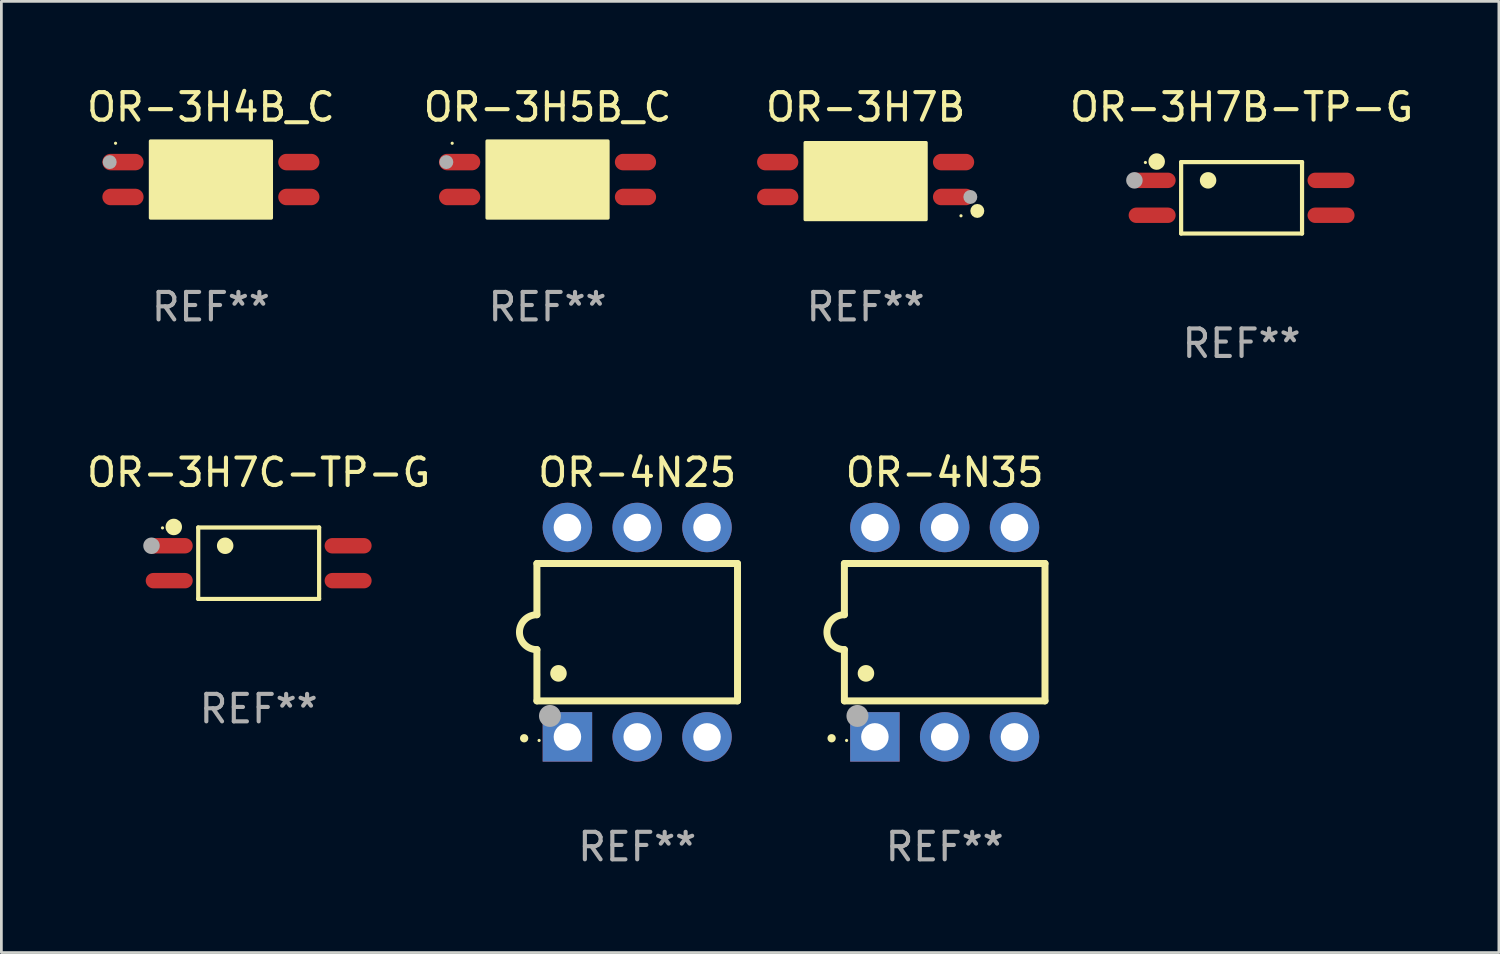
<source format=kicad_pcb>
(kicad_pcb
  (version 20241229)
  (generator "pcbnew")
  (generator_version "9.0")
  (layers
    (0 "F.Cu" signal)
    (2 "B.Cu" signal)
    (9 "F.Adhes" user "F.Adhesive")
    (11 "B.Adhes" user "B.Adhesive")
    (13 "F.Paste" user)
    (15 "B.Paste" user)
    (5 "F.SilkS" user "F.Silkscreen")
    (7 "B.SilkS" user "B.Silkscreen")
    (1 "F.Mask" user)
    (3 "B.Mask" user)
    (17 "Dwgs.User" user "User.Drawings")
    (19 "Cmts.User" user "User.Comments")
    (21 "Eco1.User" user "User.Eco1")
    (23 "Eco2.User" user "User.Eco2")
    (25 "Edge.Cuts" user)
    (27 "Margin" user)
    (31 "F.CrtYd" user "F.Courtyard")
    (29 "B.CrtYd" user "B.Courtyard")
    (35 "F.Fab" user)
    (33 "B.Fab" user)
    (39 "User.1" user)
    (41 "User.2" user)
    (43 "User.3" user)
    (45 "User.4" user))
  (footprint "OR-4N35"
    (layer "F.Cu")
    (at 31.327 19.955)
    (property "Reference" "OR-4N35" (at 0 -5.81 0) (layer "F.SilkS") (effects (font (size 1 1) (thickness 0.15))))
    (attr through_hole)
    (fp_line (start -3.65 -2.5) (end 3.65 -2.5) (stroke (width 0.254) (type solid)) (layer "F.SilkS"))
    (fp_line (start -3.65 -0.635) (end -3.65 -2.5) (stroke (width 0.254) (type solid)) (layer "F.SilkS"))
    (fp_line (start -3.65 0.635) (end -3.65 2.5) (stroke (width 0.254) (type solid)) (layer "F.SilkS"))
    (fp_line (start -3.65 2.5) (end 3.65 2.5) (stroke (width 0.254) (type solid)) (layer "F.SilkS"))
    (fp_line (start 3.65 -2.5) (end 3.65 2.5) (stroke (width 0.254) (type solid)) (layer "F.SilkS"))
    (fp_arc (start -4.114808 3.860808) (mid -4.114813 3.859538) (end -4.114808 3.858268) (stroke (width 0.3) (type solid)) (layer "F.SilkS"))
    (fp_arc (start -3.650013 0.635001) (mid -4.285014 0) (end -3.650013 -0.635001) (stroke (width 0.254001) (type solid)) (layer "F.SilkS"))
    (fp_arc (start -2.865405 1.501143) (mid -2.865416 1.498603) (end -2.865405 1.496063) (stroke (width 0.6) (type solid)) (layer "F.SilkS"))
    (fp_circle (center -3.57 3.94) (end -3.54 3.94) (stroke (width 0.06) (type solid)) (fill no) (layer "F.SilkS"))
    (fp_circle (center -3.175 3.048) (end -2.975 3.048) (stroke (width 0.4) (type solid)) (fill no) (layer "F.Fab"))
    (fp_text user "REF**" (at 0 7.81 0) (layer "F.Fab") (effects (font (size 1 1) (thickness 0.15))))
    (pad "1" thru_hole rect (at -2.54 3.81 90) (size 1.8 1.8) (drill 1) (layers "*.Cu" "*.Mask"))
    (pad "2" thru_hole circle (at 0 3.81) (size 1.8 1.8) (drill 1) (layers "*.Cu" "*.Mask"))
    (pad "3" thru_hole circle (at 2.54 3.81) (size 1.8 1.8) (drill 1) (layers "*.Cu" "*.Mask"))
    (pad "4" thru_hole circle (at 2.54 -3.81) (size 1.8 1.8) (drill 1) (layers "*.Cu" "*.Mask"))
    (pad "5" thru_hole circle (at 0 -3.81) (size 1.8 1.8) (drill 1) (layers "*.Cu" "*.Mask"))
    (pad "6" thru_hole circle (at -2.54 -3.81) (size 1.8 1.8) (drill 1) (layers "*.Cu" "*.Mask")))
  (footprint "OR-3H4B_C"
    (layer "F.Cu")
    (at 4.625 3.483)
    (property "Reference" "OR-3H4B_C" (at 0 -2.635 0) (layer "F.SilkS") (effects (font (size 1 1) (thickness 0.15))))
    (attr through_hole)
    (fp_arc (start -0.850241 -0.924663) (mid -0.847701 -0.924679) (end -0.845161 -0.924663) (stroke (width 0.4) (type solid)) (layer "F.SilkS"))
    (fp_circle (center -3.47 -1.32) (end -3.44 -1.32) (stroke (width 0.06) (type solid)) (fill no) (layer "F.SilkS"))
    (fp_poly (pts (xy -2.2 -1.4) (xy 2.2 -1.4) (xy 2.2 1.4) (xy -2.2 1.4)) (stroke (width 0.12) (type solid)) (fill yes) (layer "F.SilkS"))
    (fp_circle (center -3.683 -0.635) (end -3.556 -0.635) (stroke (width 0.254) (type solid)) (fill no) (layer "F.Fab"))
    (fp_text user "REF**" (at 0 4.635 0) (layer "F.Fab") (effects (font (size 1 1) (thickness 0.15))))
    (pad "1" smd oval (at -3.2 -0.635 90) (size 0.6 1.5) (layers "F.Cu" "F.Mask" "F.Paste"))
    (pad "2" smd oval (at -3.2 0.635 90) (size 0.6 1.5) (layers "F.Cu" "F.Mask" "F.Paste"))
    (pad "3" smd oval (at 3.2 0.635 90) (size 0.6 1.5) (layers "F.Cu" "F.Mask" "F.Paste"))
    (pad "4" smd oval (at 3.2 -0.635 90) (size 0.6 1.5) (layers "F.Cu" "F.Mask" "F.Paste")))
  (footprint "OR-3H5B_C"
    (layer "F.Cu")
    (at 16.875 3.483)
    (property "Reference" "OR-3H5B_C" (at 0 -2.635 0) (layer "F.SilkS") (effects (font (size 1 1) (thickness 0.15))))
    (attr through_hole)
    (fp_arc (start -0.850241 -0.924663) (mid -0.847701 -0.924679) (end -0.845161 -0.924663) (stroke (width 0.4) (type solid)) (layer "F.SilkS"))
    (fp_circle (center -3.47 -1.32) (end -3.44 -1.32) (stroke (width 0.06) (type solid)) (fill no) (layer "F.SilkS"))
    (fp_poly (pts (xy -2.2 -1.4) (xy 2.2 -1.4) (xy 2.2 1.4) (xy -2.2 1.4)) (stroke (width 0.12) (type solid)) (fill yes) (layer "F.SilkS"))
    (fp_circle (center -3.683 -0.635) (end -3.556 -0.635) (stroke (width 0.254) (type solid)) (fill no) (layer "F.Fab"))
    (fp_text user "REF**" (at 0 4.635 0) (layer "F.Fab") (effects (font (size 1 1) (thickness 0.15))))
    (pad "1" smd oval (at -3.2 -0.635 90) (size 0.6 1.5) (layers "F.Cu" "F.Mask" "F.Paste"))
    (pad "2" smd oval (at -3.2 0.635 90) (size 0.6 1.5) (layers "F.Cu" "F.Mask" "F.Paste"))
    (pad "3" smd oval (at 3.2 0.635 90) (size 0.6 1.5) (layers "F.Cu" "F.Mask" "F.Paste"))
    (pad "4" smd oval (at 3.2 -0.635 90) (size 0.6 1.5) (layers "F.Cu" "F.Mask" "F.Paste")))
  (footprint "OR-3H7B"
    (layer "F.Cu")
    (at 28.45 3.483)
    (property "Reference" "OR-3H7B" (at 0 -2.635 0) (layer "F.SilkS") (effects (font (size 1 1) (thickness 0.15))))
    (attr through_hole)
    (fp_arc (start 1.518948 1.015926) (mid 1.521488 1.01591) (end 1.524028 1.015926) (stroke (width 0.4) (type solid)) (layer "F.SilkS"))
    (fp_circle (center 3.47 1.32) (end 3.5 1.32) (stroke (width 0.06) (type solid)) (fill no) (layer "F.SilkS"))
    (fp_circle (center 4.064 1.143) (end 4.191 1.143) (stroke (width 0.254) (type solid)) (fill no) (layer "F.SilkS"))
    (fp_poly (pts (xy -2.2 -1.343) (xy 2.2 -1.343) (xy 2.2 1.457) (xy -2.2 1.457)) (stroke (width 0.12) (type solid)) (fill yes) (layer "F.SilkS"))
    (fp_circle (center 3.81 0.635) (end 3.937 0.635) (stroke (width 0.254) (type solid)) (fill no) (layer "F.Fab"))
    (fp_text user "REF**" (at 0 4.635 0) (layer "F.Fab") (effects (font (size 1 1) (thickness 0.15))))
    (pad "1" smd oval (at 3.2 0.635 270) (size 0.6 1.5) (layers "F.Cu" "F.Mask" "F.Paste"))
    (pad "2" smd oval (at 3.2 -0.635 270) (size 0.6 1.5) (layers "F.Cu" "F.Mask" "F.Paste"))
    (pad "3" smd oval (at -3.2 -0.635 270) (size 0.6 1.5) (layers "F.Cu" "F.Mask" "F.Paste"))
    (pad "4" smd oval (at -3.2 0.635 270) (size 0.6 1.5) (layers "F.Cu" "F.Mask" "F.Paste")))
  (footprint "OR-4N25"
    (layer "F.Cu")
    (at 20.138 19.955)
    (property "Reference" "OR-4N25" (at 0 -5.81 0) (layer "F.SilkS") (effects (font (size 1 1) (thickness 0.15))))
    (attr through_hole)
    (fp_line (start -3.65 -2.5) (end 3.65 -2.5) (stroke (width 0.254) (type solid)) (layer "F.SilkS"))
    (fp_line (start -3.65 -0.635) (end -3.65 -2.5) (stroke (width 0.254) (type solid)) (layer "F.SilkS"))
    (fp_line (start -3.65 0.635) (end -3.65 2.5) (stroke (width 0.254) (type solid)) (layer "F.SilkS"))
    (fp_line (start -3.65 2.5) (end 3.65 2.5) (stroke (width 0.254) (type solid)) (layer "F.SilkS"))
    (fp_line (start 3.65 -2.5) (end 3.65 2.5) (stroke (width 0.254) (type solid)) (layer "F.SilkS"))
    (fp_arc (start -4.114808 3.860808) (mid -4.114813 3.859538) (end -4.114808 3.858268) (stroke (width 0.3) (type solid)) (layer "F.SilkS"))
    (fp_arc (start -3.650013 0.635001) (mid -4.285014 0) (end -3.650013 -0.635001) (stroke (width 0.254001) (type solid)) (layer "F.SilkS"))
    (fp_arc (start -2.865405 1.501143) (mid -2.865416 1.498603) (end -2.865405 1.496063) (stroke (width 0.6) (type solid)) (layer "F.SilkS"))
    (fp_circle (center -3.57 3.94) (end -3.54 3.94) (stroke (width 0.06) (type solid)) (fill no) (layer "F.SilkS"))
    (fp_circle (center -3.175 3.048) (end -2.975 3.048) (stroke (width 0.4) (type solid)) (fill no) (layer "F.Fab"))
    (fp_text user "REF**" (at 0 7.81 0) (layer "F.Fab") (effects (font (size 1 1) (thickness 0.15))))
    (pad "1" thru_hole rect (at -2.54 3.81 90) (size 1.8 1.8) (drill 1) (layers "*.Cu" "*.Mask"))
    (pad "2" thru_hole circle (at 0 3.81) (size 1.8 1.8) (drill 1) (layers "*.Cu" "*.Mask"))
    (pad "3" thru_hole circle (at 2.54 3.81) (size 1.8 1.8) (drill 1) (layers "*.Cu" "*.Mask"))
    (pad "4" thru_hole circle (at 2.54 -3.81) (size 1.8 1.8) (drill 1) (layers "*.Cu" "*.Mask"))
    (pad "5" thru_hole circle (at 0 -3.81) (size 1.8 1.8) (drill 1) (layers "*.Cu" "*.Mask"))
    (pad "6" thru_hole circle (at -2.54 -3.81) (size 1.8 1.8) (drill 1) (layers "*.Cu" "*.Mask")))
  (footprint "OR-3H7B-TP-G"
    (layer "F.Cu")
    (at 42.131 4.148)
    (property "Reference" "OR-3H7B-TP-G" (at 0 -3.3 0) (layer "F.SilkS") (effects (font (size 1 1) (thickness 0.15))))
    (attr through_hole)
    (fp_line (start -2.2 -1.3) (end 2.2 -1.3) (stroke (width 0.152) (type solid)) (layer "F.SilkS"))
    (fp_line (start -2.2 1.3) (end -2.2 -1.3) (stroke (width 0.152) (type solid)) (layer "F.SilkS"))
    (fp_line (start 2.2 -1.3) (end 2.2 1.3) (stroke (width 0.152) (type solid)) (layer "F.SilkS"))
    (fp_line (start 2.2 1.3) (end -2.2 1.3) (stroke (width 0.152) (type solid)) (layer "F.SilkS"))
    (fp_circle (center -3.5 -1.285) (end -3.47 -1.285) (stroke (width 0.06) (type solid)) (fill no) (layer "F.SilkS"))
    (fp_circle (center -3.09 -1.319) (end -2.94 -1.319) (stroke (width 0.3) (type solid)) (fill no) (layer "F.SilkS"))
    (fp_circle (center -1.219 -0.635) (end -1.069 -0.635) (stroke (width 0.3) (type solid)) (fill no) (layer "F.SilkS"))
    (fp_circle (center -3.9 -0.635) (end -3.75 -0.635) (stroke (width 0.3) (type solid)) (fill no) (layer "F.Fab"))
    (fp_text user "REF**" (at 0 5.3 0) (layer "F.Fab") (effects (font (size 1 1) (thickness 0.15))))
    (pad "1" smd oval (at -3.255 -0.635 270) (size 0.56 1.71) (layers "F.Cu" "F.Mask" "F.Paste"))
    (pad "2" smd oval (at -3.255 0.635 270) (size 0.56 1.71) (layers "F.Cu" "F.Mask" "F.Paste"))
    (pad "3" smd oval (at 3.255 0.635 270) (size 0.56 1.71) (layers "F.Cu" "F.Mask" "F.Paste"))
    (pad "4" smd oval (at 3.255 -0.635 270) (size 0.56 1.71) (layers "F.Cu" "F.Mask" "F.Paste")))
  (footprint "OR-3H7C-TP-G"
    (layer "F.Cu")
    (at 6.363 17.445)
    (property "Reference" "OR-3H7C-TP-G" (at 0 -3.3 0) (layer "F.SilkS") (effects (font (size 1 1) (thickness 0.15))))
    (attr through_hole)
    (fp_line (start -2.2 -1.3) (end 2.2 -1.3) (stroke (width 0.152) (type solid)) (layer "F.SilkS"))
    (fp_line (start -2.2 1.3) (end -2.2 -1.3) (stroke (width 0.152) (type solid)) (layer "F.SilkS"))
    (fp_line (start 2.2 -1.3) (end 2.2 1.3) (stroke (width 0.152) (type solid)) (layer "F.SilkS"))
    (fp_line (start 2.2 1.3) (end -2.2 1.3) (stroke (width 0.152) (type solid)) (layer "F.SilkS"))
    (fp_circle (center -3.5 -1.285) (end -3.47 -1.285) (stroke (width 0.06) (type solid)) (fill no) (layer "F.SilkS"))
    (fp_circle (center -3.09 -1.319) (end -2.94 -1.319) (stroke (width 0.3) (type solid)) (fill no) (layer "F.SilkS"))
    (fp_circle (center -1.219 -0.635) (end -1.069 -0.635) (stroke (width 0.3) (type solid)) (fill no) (layer "F.SilkS"))
    (fp_circle (center -3.9 -0.635) (end -3.75 -0.635) (stroke (width 0.3) (type solid)) (fill no) (layer "F.Fab"))
    (fp_text user "REF**" (at 0 5.3 0) (layer "F.Fab") (effects (font (size 1 1) (thickness 0.15))))
    (pad "1" smd oval (at -3.255 -0.635 270) (size 0.56 1.71) (layers "F.Cu" "F.Mask" "F.Paste"))
    (pad "2" smd oval (at -3.255 0.635 270) (size 0.56 1.71) (layers "F.Cu" "F.Mask" "F.Paste"))
    (pad "3" smd oval (at 3.255 0.635 270) (size 0.56 1.71) (layers "F.Cu" "F.Mask" "F.Paste"))
    (pad "4" smd oval (at 3.255 -0.635 270) (size 0.56 1.71) (layers "F.Cu" "F.Mask" "F.Paste")))
  (gr_rect
    (start -3 -3)
    (end 51.494 31.613)
    (stroke (width 0.1) (type default))
    (fill no)
    (layer "Edge.Cuts")))
</source>
